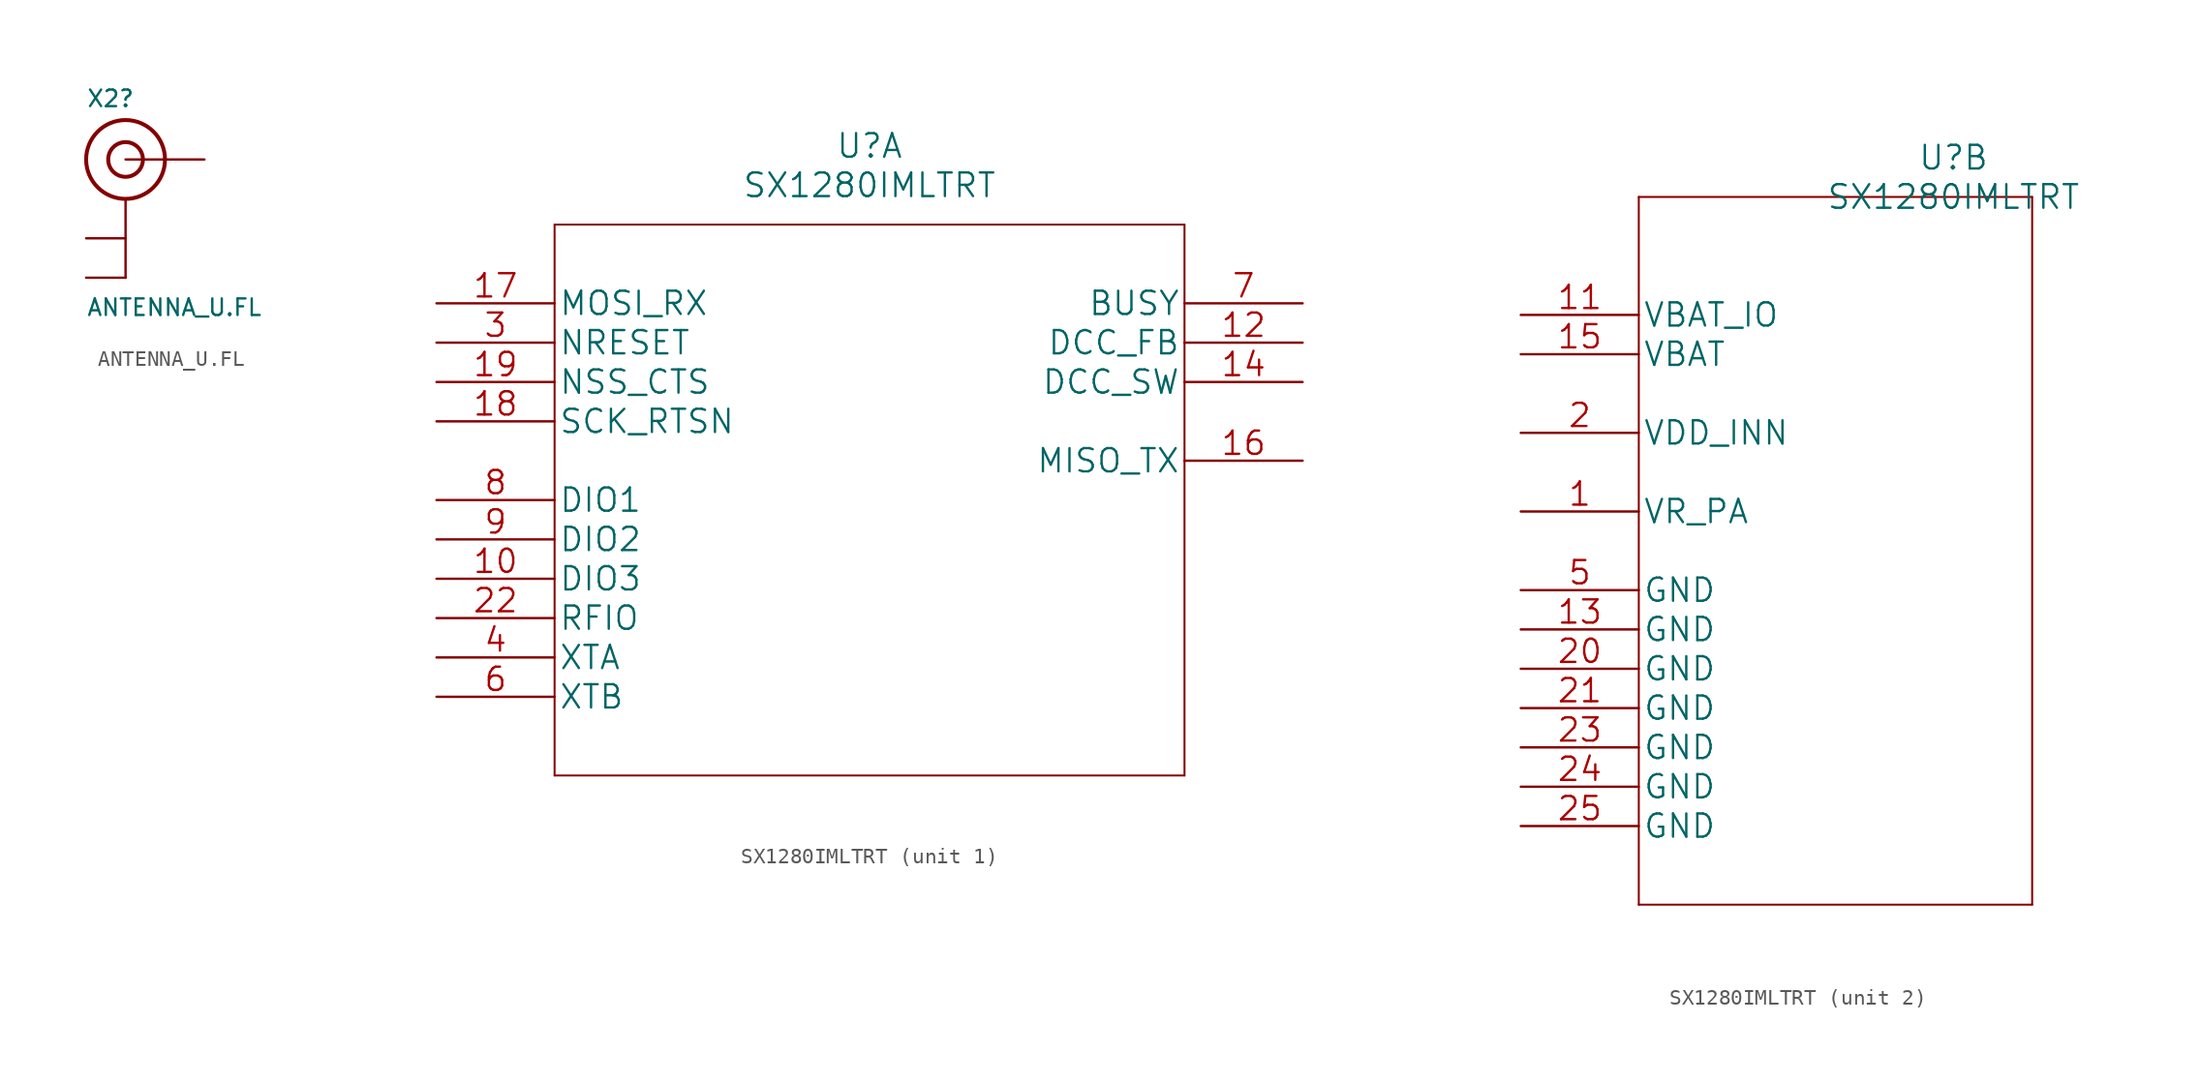
<source format=kicad_sym>
(kicad_symbol_lib
  (version 20211014)
  (generator kicad_symbol_editor)
  (symbol "ANTENNA_U.FL"
    (pin_names
      (offset 1.016))
    (property "Reference" "X2"
      (at -2.54 3.302 0)
      (effects (font (size 1.067 1.067)) (justify left bottom)))
    (property "Value" "ANTENNA_U.FL"
      (at -2.54 -10.16 0)
      (effects (font (size 1.067 1.067)) (justify left bottom)))
    (property "ki_locked" ""
      (at 0 0 0)
      (effects (font (size 1.27 1.27))))
    (symbol "ANTENNA_U.FL_1_0"
      (polyline (pts (xy 0 -2.54) (xy 0 -7.62)) (stroke (width 0) (type default) (color 0 0 0 0)) (fill (type none)))
      (circle (center 0 0) (radius 1.118) (stroke (width 0.254) (type default) (color 0 0 0 0)) (fill (type none)))
      (circle (center 0 0) (radius 2.54) (stroke (width 0.254) (type default) (color 0 0 0 0)) (fill (type none)))
      (pin passive line (at -2.54 -5.08 0) (length 2.54) (name "GND@0" (effects (font (size 0 0)))) (number "1" (effects (font (size 0 0)))))
      (pin passive line (at -2.54 -7.62 0) (length 2.54) (name "GND@1" (effects (font (size 0 0)))) (number "2" (effects (font (size 0 0)))))
      (pin passive line (at 5.08 0 180) (length 5.08) (name "SIGNAL" (effects (font (size 0 0)))) (number "3" (effects (font (size 0 0)))))))
  (symbol "SX1280IMLTRT"
    (pin_names
      (offset 0.254))
    (property "Reference" "U"
      (at 27.94 10.16 0)
      (effects (font (size 1.524 1.524))))
    (property "Value" "SX1280IMLTRT"
      (at 27.94 7.62 0)
      (effects (font (size 1.524 1.524))))
    (property "Datasheet" ""
      (at 0 0 0)
      (effects (font (size 1.524 1.524))))
    (property "ki_locked" ""
      (at 0 0 0)
      (effects (font (size 1.27 1.27))))
    (symbol "SX1280IMLTRT_1_1"
      (polyline (pts (xy 7.62 -30.48) (xy 48.26 -30.48)) (stroke (width 0.127) (type default) (color 0 0 0 0)) (fill (type none)))
      (polyline (pts (xy 7.62 5.08) (xy 7.62 -30.48)) (stroke (width 0.127) (type default) (color 0 0 0 0)) (fill (type none)))
      (polyline (pts (xy 48.26 -30.48) (xy 48.26 5.08)) (stroke (width 0.127) (type default) (color 0 0 0 0)) (fill (type none)))
      (polyline (pts (xy 48.26 5.08) (xy 7.62 5.08)) (stroke (width 0.127) (type default) (color 0 0 0 0)) (fill (type none)))
      (pin bidirectional line (at 0 -17.78 0) (length 7.62) (name "DIO3" (effects (font (size 1.499 1.499)))) (number "10" (effects (font (size 1.499 1.499)))))
      (pin output line (at 55.88 -2.54 180) (length 7.62) (name "DCC_FB" (effects (font (size 1.499 1.499)))) (number "12" (effects (font (size 1.499 1.499)))))
      (pin output line (at 55.88 -5.08 180) (length 7.62) (name "DCC_SW" (effects (font (size 1.499 1.499)))) (number "14" (effects (font (size 1.499 1.499)))))
      (pin output line (at 55.88 -10.16 180) (length 7.62) (name "MISO_TX" (effects (font (size 1.499 1.499)))) (number "16" (effects (font (size 1.499 1.499)))))
      (pin input line (at 0 0 0) (length 7.62) (name "MOSI_RX" (effects (font (size 1.499 1.499)))) (number "17" (effects (font (size 1.499 1.499)))))
      (pin input line (at 0 -7.62 0) (length 7.62) (name "SCK_RTSN" (effects (font (size 1.499 1.499)))) (number "18" (effects (font (size 1.499 1.499)))))
      (pin input line (at 0 -5.08 0) (length 7.62) (name "NSS_CTS" (effects (font (size 1.499 1.499)))) (number "19" (effects (font (size 1.499 1.499)))))
      (pin bidirectional line (at 0 -20.32 0) (length 7.62) (name "RFIO" (effects (font (size 1.499 1.499)))) (number "22" (effects (font (size 1.499 1.499)))))
      (pin input line (at 0 -2.54 0) (length 7.62) (name "NRESET" (effects (font (size 1.499 1.499)))) (number "3" (effects (font (size 1.499 1.499)))))
      (pin bidirectional line (at 0 -22.86 0) (length 7.62) (name "XTA" (effects (font (size 1.499 1.499)))) (number "4" (effects (font (size 1.499 1.499)))))
      (pin bidirectional line (at 0 -25.4 0) (length 7.62) (name "XTB" (effects (font (size 1.499 1.499)))) (number "6" (effects (font (size 1.499 1.499)))))
      (pin output line (at 55.88 0 180) (length 7.62) (name "BUSY" (effects (font (size 1.499 1.499)))) (number "7" (effects (font (size 1.499 1.499)))))
      (pin bidirectional line (at 0 -12.7 0) (length 7.62) (name "DIO1" (effects (font (size 1.499 1.499)))) (number "8" (effects (font (size 1.499 1.499)))))
      (pin bidirectional line (at 0 -15.24 0) (length 7.62) (name "DIO2" (effects (font (size 1.499 1.499)))) (number "9" (effects (font (size 1.499 1.499))))))
    (symbol "SX1280IMLTRT_2_1"
      (polyline (pts (xy 7.62 -38.1) (xy 33.02 -38.1)) (stroke (width 0.127) (type default) (color 0 0 0 0)) (fill (type none)))
      (polyline (pts (xy 7.62 7.62) (xy 7.62 -38.1)) (stroke (width 0.127) (type default) (color 0 0 0 0)) (fill (type none)))
      (polyline (pts (xy 33.02 -38.1) (xy 33.02 7.62)) (stroke (width 0.127) (type default) (color 0 0 0 0)) (fill (type none)))
      (polyline (pts (xy 33.02 7.62) (xy 7.62 7.62)) (stroke (width 0.127) (type default) (color 0 0 0 0)) (fill (type none)))
      (pin power_in line (at 0 -12.7 0) (length 7.62) (name "VR_PA" (effects (font (size 1.499 1.499)))) (number "1" (effects (font (size 1.499 1.499)))))
      (pin power_in line (at 0 0 0) (length 7.62) (name "VBAT_IO" (effects (font (size 1.499 1.499)))) (number "11" (effects (font (size 1.499 1.499)))))
      (pin power_in line (at 0 -20.32 0) (length 7.62) (name "GND" (effects (font (size 1.499 1.499)))) (number "13" (effects (font (size 1.499 1.499)))))
      (pin power_in line (at 0 -2.54 0) (length 7.62) (name "VBAT" (effects (font (size 1.499 1.499)))) (number "15" (effects (font (size 1.499 1.499)))))
      (pin power_in line (at 0 -7.62 0) (length 7.62) (name "VDD_INN" (effects (font (size 1.499 1.499)))) (number "2" (effects (font (size 1.499 1.499)))))
      (pin power_in line (at 0 -22.86 0) (length 7.62) (name "GND" (effects (font (size 1.499 1.499)))) (number "20" (effects (font (size 1.499 1.499)))))
      (pin power_in line (at 0 -25.4 0) (length 7.62) (name "GND" (effects (font (size 1.499 1.499)))) (number "21" (effects (font (size 1.499 1.499)))))
      (pin power_in line (at 0 -27.94 0) (length 7.62) (name "GND" (effects (font (size 1.499 1.499)))) (number "23" (effects (font (size 1.499 1.499)))))
      (pin power_in line (at 0 -30.48 0) (length 7.62) (name "GND" (effects (font (size 1.499 1.499)))) (number "24" (effects (font (size 1.499 1.499)))))
      (pin power_in line (at 0 -33.02 0) (length 7.62) (name "GND" (effects (font (size 1.499 1.499)))) (number "25" (effects (font (size 1.499 1.499)))))
      (pin power_in line (at 0 -17.78 0) (length 7.62) (name "GND" (effects (font (size 1.499 1.499)))) (number "5" (effects (font (size 1.499 1.499))))))))
</source>
